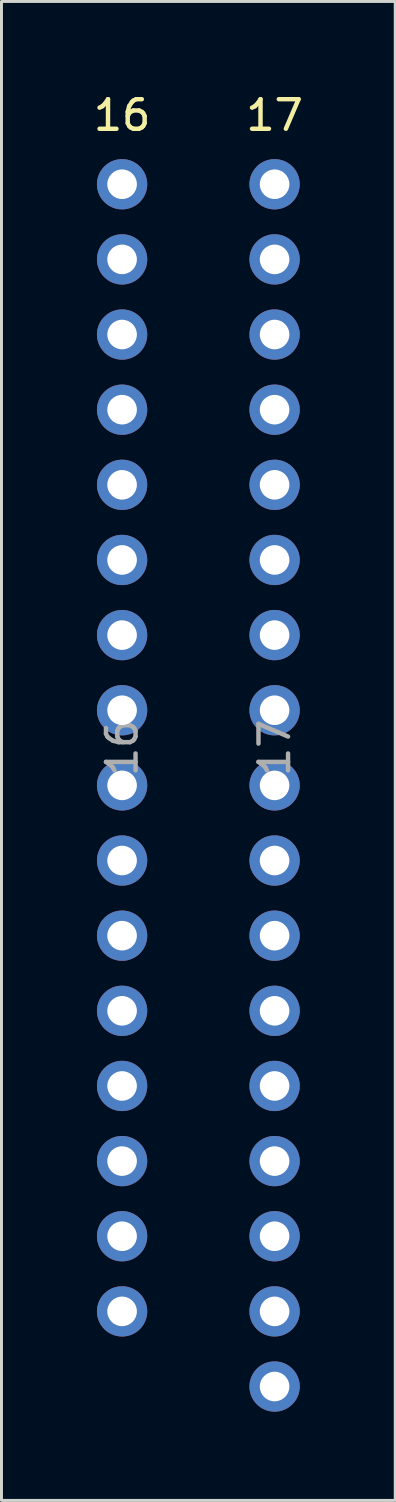
<source format=kicad_pcb>
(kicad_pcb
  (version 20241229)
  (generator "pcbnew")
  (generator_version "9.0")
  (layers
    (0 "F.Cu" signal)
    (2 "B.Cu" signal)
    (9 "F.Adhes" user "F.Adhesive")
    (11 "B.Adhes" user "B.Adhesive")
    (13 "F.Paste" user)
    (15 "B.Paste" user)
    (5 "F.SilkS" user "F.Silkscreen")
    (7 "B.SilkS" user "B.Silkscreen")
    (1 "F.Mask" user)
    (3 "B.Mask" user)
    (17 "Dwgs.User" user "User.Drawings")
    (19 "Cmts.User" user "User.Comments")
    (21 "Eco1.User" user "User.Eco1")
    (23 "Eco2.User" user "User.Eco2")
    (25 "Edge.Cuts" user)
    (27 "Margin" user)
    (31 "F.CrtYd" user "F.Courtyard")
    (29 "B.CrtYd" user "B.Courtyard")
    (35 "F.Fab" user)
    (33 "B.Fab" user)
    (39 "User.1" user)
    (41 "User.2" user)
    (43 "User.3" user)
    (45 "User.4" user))
  (footprint "17"
    (layer "F.Cu")
    (at 6.232 3.178)
    (property "Reference" "17" (at 0 -2.33 0) (layer "F.SilkS") (effects (font (size 1 1) (thickness 0.15))))
    (attr through_hole)
    (fp_text user "${REFERENCE}" (at 0 19.05 90) (layer "F.Fab") (effects (font (size 1 1) (thickness 0.15))))
    (pad "1" thru_hole oval (at 0 0) (size 1.7 1.7) (drill 1) (layers "*.Cu" "*.Mask"))
    (pad "2" thru_hole oval (at 0 2.54) (size 1.7 1.7) (drill 1) (layers "*.Cu" "*.Mask"))
    (pad "3" thru_hole oval (at 0 5.08) (size 1.7 1.7) (drill 1) (layers "*.Cu" "*.Mask"))
    (pad "4" thru_hole oval (at 0 7.62) (size 1.7 1.7) (drill 1) (layers "*.Cu" "*.Mask"))
    (pad "5" thru_hole oval (at 0 10.16) (size 1.7 1.7) (drill 1) (layers "*.Cu" "*.Mask"))
    (pad "6" thru_hole oval (at 0 12.7) (size 1.7 1.7) (drill 1) (layers "*.Cu" "*.Mask"))
    (pad "7" thru_hole oval (at 0 15.24) (size 1.7 1.7) (drill 1) (layers "*.Cu" "*.Mask"))
    (pad "8" thru_hole oval (at 0 17.78) (size 1.7 1.7) (drill 1) (layers "*.Cu" "*.Mask"))
    (pad "9" thru_hole oval (at 0 20.32) (size 1.7 1.7) (drill 1) (layers "*.Cu" "*.Mask"))
    (pad "10" thru_hole oval (at 0 22.86) (size 1.7 1.7) (drill 1) (layers "*.Cu" "*.Mask"))
    (pad "11" thru_hole oval (at 0 25.4) (size 1.7 1.7) (drill 1) (layers "*.Cu" "*.Mask"))
    (pad "12" thru_hole oval (at 0 27.94) (size 1.7 1.7) (drill 1) (layers "*.Cu" "*.Mask"))
    (pad "13" thru_hole oval (at 0 30.48) (size 1.7 1.7) (drill 1) (layers "*.Cu" "*.Mask"))
    (pad "14" thru_hole oval (at 0 33.02) (size 1.7 1.7) (drill 1) (layers "*.Cu" "*.Mask"))
    (pad "15" thru_hole oval (at 0 35.56) (size 1.7 1.7) (drill 1) (layers "*.Cu" "*.Mask"))
    (pad "16" thru_hole oval (at 0 38.1) (size 1.7 1.7) (drill 1) (layers "*.Cu" "*.Mask"))
    (pad "17" thru_hole oval (at 0 40.64) (size 1.7 1.7) (drill 1) (layers "*.Cu" "*.Mask")))
  (footprint "16"
    (layer "F.Cu")
    (at 1.077 3.178)
    (property "Reference" "16" (at 0 -2.33 0) (layer "F.SilkS") (effects (font (size 1 1) (thickness 0.15))))
    (attr through_hole)
    (fp_text user "${REFERENCE}" (at 0 19.05 90) (layer "F.Fab") (effects (font (size 1 1) (thickness 0.15))))
    (pad "1" thru_hole oval (at 0 0) (size 1.7 1.7) (drill 1) (layers "*.Cu" "*.Mask"))
    (pad "2" thru_hole oval (at 0 2.54) (size 1.7 1.7) (drill 1) (layers "*.Cu" "*.Mask"))
    (pad "3" thru_hole oval (at 0 5.08) (size 1.7 1.7) (drill 1) (layers "*.Cu" "*.Mask"))
    (pad "4" thru_hole oval (at 0 7.62) (size 1.7 1.7) (drill 1) (layers "*.Cu" "*.Mask"))
    (pad "5" thru_hole oval (at 0 10.16) (size 1.7 1.7) (drill 1) (layers "*.Cu" "*.Mask"))
    (pad "6" thru_hole oval (at 0 12.7) (size 1.7 1.7) (drill 1) (layers "*.Cu" "*.Mask"))
    (pad "7" thru_hole oval (at 0 15.24) (size 1.7 1.7) (drill 1) (layers "*.Cu" "*.Mask"))
    (pad "8" thru_hole oval (at 0 17.78) (size 1.7 1.7) (drill 1) (layers "*.Cu" "*.Mask"))
    (pad "9" thru_hole oval (at 0 20.32) (size 1.7 1.7) (drill 1) (layers "*.Cu" "*.Mask"))
    (pad "10" thru_hole oval (at 0 22.86) (size 1.7 1.7) (drill 1) (layers "*.Cu" "*.Mask"))
    (pad "11" thru_hole oval (at 0 25.4) (size 1.7 1.7) (drill 1) (layers "*.Cu" "*.Mask"))
    (pad "12" thru_hole oval (at 0 27.94) (size 1.7 1.7) (drill 1) (layers "*.Cu" "*.Mask"))
    (pad "13" thru_hole oval (at 0 30.48) (size 1.7 1.7) (drill 1) (layers "*.Cu" "*.Mask"))
    (pad "14" thru_hole oval (at 0 33.02) (size 1.7 1.7) (drill 1) (layers "*.Cu" "*.Mask"))
    (pad "15" thru_hole oval (at 0 35.56) (size 1.7 1.7) (drill 1) (layers "*.Cu" "*.Mask"))
    (pad "16" thru_hole oval (at 0 38.1) (size 1.7 1.7) (drill 1) (layers "*.Cu" "*.Mask")))
  (gr_rect
    (start -3 -3)
    (end 10.31 47.668)
    (stroke (width 0.1) (type default))
    (fill no)
    (layer "Edge.Cuts")))
</source>
